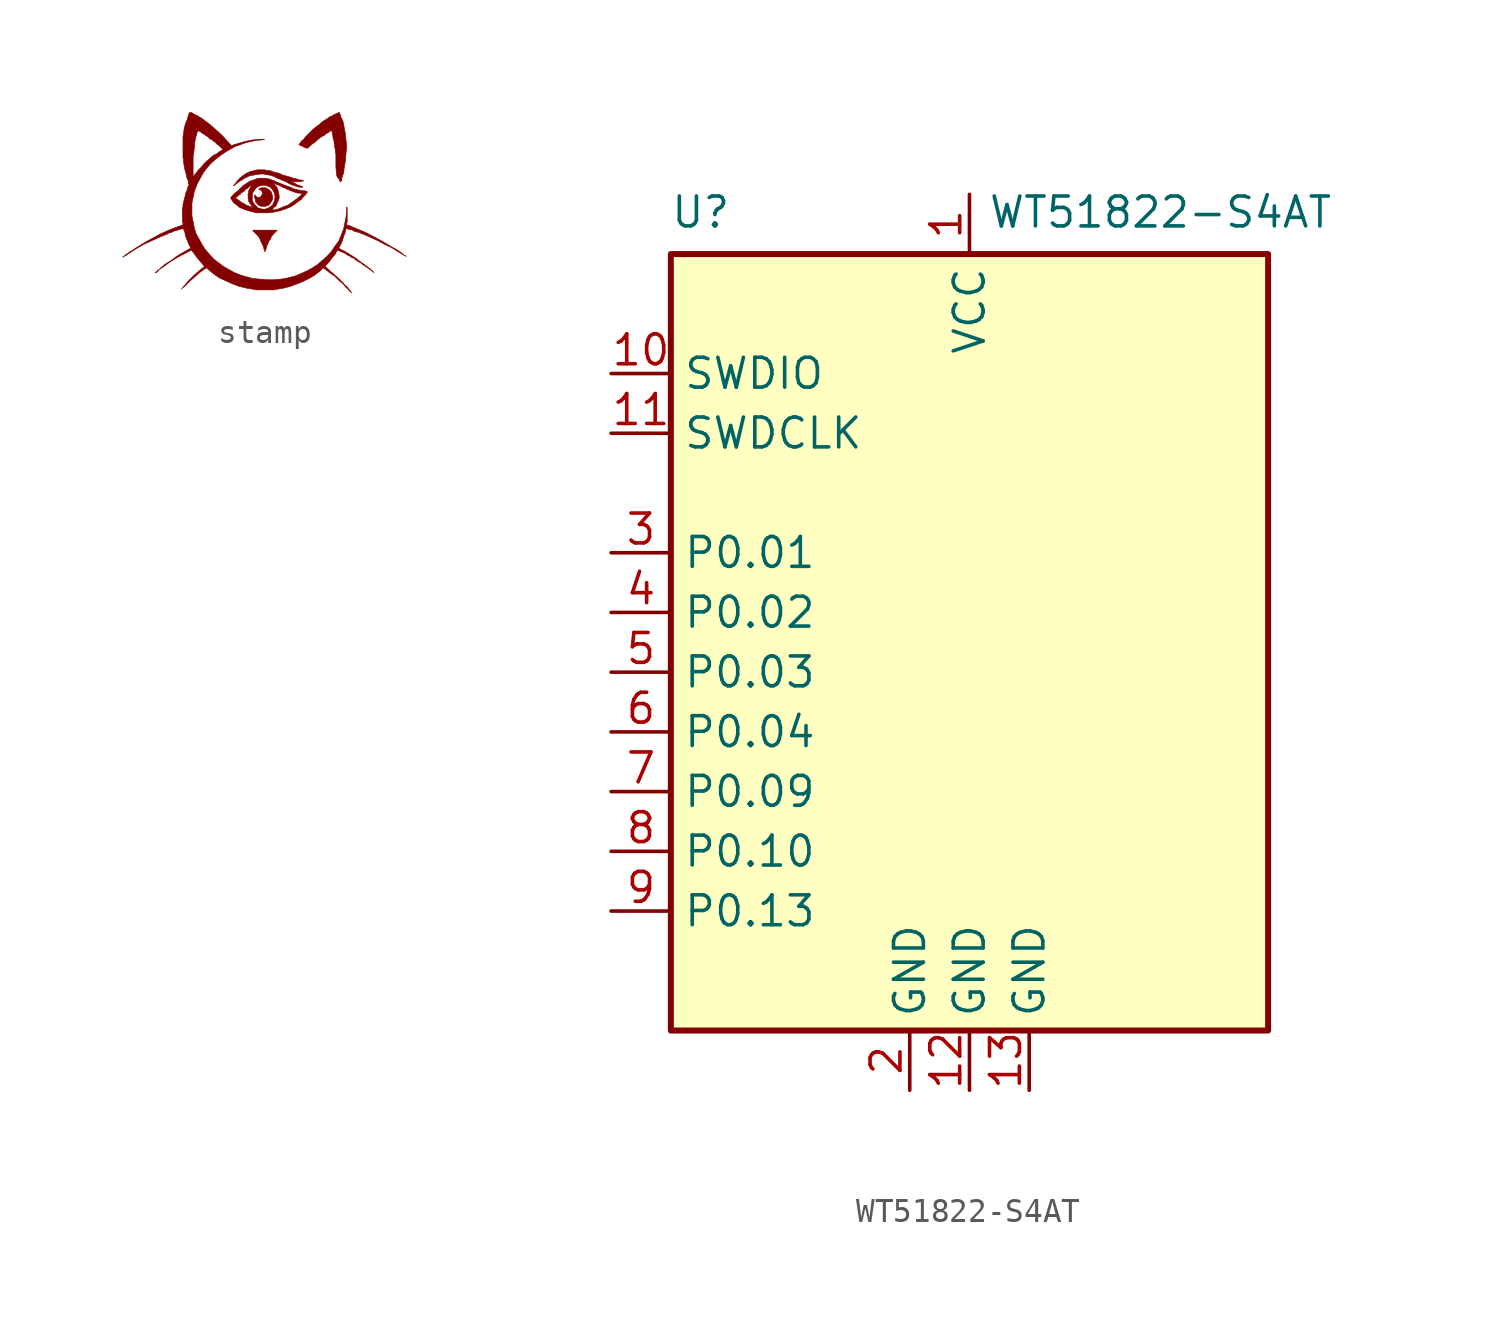
<source format=kicad_sym>
(kicad_symbol_lib
  (version 20231120)
  (generator "kicad_symbol_editor")
  (generator_version "8.0")
  (symbol "stamp"
    (pin_names
      (offset 1.016))
    (property "Reference" "G1"
      (at 0 -3.099 0)
      (effects (font (size 1.524 1.524)) (hide yes)))
    (symbol "stamp_0_0"
      (polyline (pts (xy 0.025 -2.032) (xy 0.025 -1.981) (xy 0.051 -1.956) (xy 0.076 -1.854) (xy 0.102 -1.778) (xy 0.152 -1.676) (xy 0.178 -1.6) (xy 0.229 -1.549) (xy 0.279 -1.422) (xy 0.356 -1.321) (xy 0.533 -1.143) (xy -0.508 -1.143) (xy -0.508 -1.168) (xy -0.279 -1.397) (xy -0.203 -1.524) (xy -0.152 -1.651) (xy -0.076 -1.803) (xy -0.025 -1.981) (xy -0.025 -2.007) (xy 0 -2.057) (xy 0.025 -2.032)) (stroke (width 0.025) (type solid)) (fill (type outline)))
      (polyline (pts (xy 0.102 -0.102) (xy 0.178 -0.076) (xy 0.279 0.076) (xy 0.305 0.102) (xy 0.305 0.127) (xy 0.33 0.152) (xy 0.33 0.33) (xy 0.305 0.381) (xy 0.305 0.406) (xy 0.279 0.432) (xy 0.279 0.483) (xy 0.178 0.584) (xy 0.076 0.635) (xy 0.051 0.66) (xy -0.152 0.66) (xy -0.178 0.635) (xy -0.203 0.635) (xy -0.254 0.61) (xy -0.254 0.584) (xy -0.203 0.584) (xy -0.127 0.508) (xy -0.102 0.457) (xy -0.102 0.381) (xy -0.127 0.356) (xy -0.152 0.305) (xy -0.203 0.254) (xy -0.305 0.254) (xy -0.356 0.279) (xy -0.406 0.33) (xy -0.406 0.356) (xy -0.432 0.356) (xy -0.432 0.229) (xy -0.406 0.178) (xy -0.406 0.076) (xy -0.356 0.025) (xy -0.305 -0.051) (xy -0.229 -0.102) (xy -0.152 -0.127) (xy 0.051 -0.127) (xy 0.102 -0.102)) (stroke (width 0.025) (type solid)) (fill (type outline)))
      (polyline (pts (xy -1.295 0.762) (xy -1.168 0.864) (xy -1.067 0.94) (xy -0.965 0.991) (xy -0.864 1.067) (xy -0.787 1.092) (xy -0.711 1.143) (xy -0.559 1.194) (xy -0.457 1.194) (xy -0.457 1.219) (xy -0.33 1.219) (xy -0.203 1.245) (xy -0.051 1.245) (xy 0.076 1.219) (xy 0.229 1.194) (xy 0.381 1.143) (xy 0.533 1.067) (xy 0.711 0.991) (xy 0.914 0.914) (xy 0.94 0.889) (xy 1.143 0.787) (xy 1.448 0.686) (xy 1.626 0.686) (xy 1.6 0.711) (xy 1.549 0.737) (xy 1.499 0.737) (xy 1.473 0.762) (xy 1.372 0.787) (xy 1.295 0.838) (xy 1.245 0.864) (xy 1.168 0.889) (xy 1.118 0.94) (xy 1.168 0.94) (xy 1.194 0.914) (xy 1.524 0.914) (xy 1.575 0.94) (xy 1.626 0.94) (xy 1.651 0.965) (xy 1.6 0.965) (xy 1.575 0.991) (xy 1.473 0.991) (xy 1.346 1.041) (xy 1.219 1.067) (xy 1.067 1.118) (xy 0.711 1.219) (xy 0.686 1.245) (xy 0.533 1.295) (xy 0.406 1.321) (xy 0.279 1.372) (xy 0.178 1.397) (xy 0.076 1.397) (xy 0 1.422) (xy -0.33 1.422) (xy -0.635 1.346) (xy -0.787 1.27) (xy -0.94 1.168) (xy -1.067 1.067) (xy -1.321 0.762) (xy -1.346 0.737) (xy -1.295 0.762)) (stroke (width 0.025) (type solid)) (fill (type outline)))
      (polyline (pts (xy 3.251 0.94) (xy 3.277 0.991) (xy 3.277 1.067) (xy 3.327 1.219) (xy 3.353 1.27) (xy 3.378 1.499) (xy 3.429 1.803) (xy 3.454 2.108) (xy 3.48 2.388) (xy 3.454 2.692) (xy 3.429 2.946) (xy 3.378 3.226) (xy 3.327 3.48) (xy 3.226 3.708) (xy 3.226 3.734) (xy 3.175 3.835) (xy 3.175 3.861) (xy 3.124 3.861) (xy 3.099 3.835) (xy 3.048 3.81) (xy 2.972 3.785) (xy 2.921 3.759) (xy 2.845 3.708) (xy 2.769 3.683) (xy 2.667 3.607) (xy 2.464 3.48) (xy 2.286 3.327) (xy 2.083 3.175) (xy 1.702 2.794) (xy 1.651 2.718) (xy 1.575 2.667) (xy 1.524 2.591) (xy 1.499 2.565) (xy 1.473 2.515) (xy 1.448 2.489) (xy 1.473 2.489) (xy 1.499 2.464) (xy 1.549 2.438) (xy 1.6 2.438) (xy 1.651 2.388) (xy 1.803 2.337) (xy 1.905 2.413) (xy 2.007 2.515) (xy 2.083 2.565) (xy 2.184 2.642) (xy 2.261 2.718) (xy 2.362 2.794) (xy 2.438 2.845) (xy 2.54 2.896) (xy 2.616 2.972) (xy 2.692 2.997) (xy 2.743 3.048) (xy 2.794 3.073) (xy 2.819 3.099) (xy 2.845 3.099) (xy 2.845 3.073) (xy 2.87 3.023) (xy 2.87 2.946) (xy 2.896 2.896) (xy 2.896 2.819) (xy 2.921 2.718) (xy 2.946 2.642) (xy 2.946 2.565) (xy 2.972 2.489) (xy 2.972 2.388) (xy 2.997 2.286) (xy 2.997 2.184) (xy 3.023 2.083) (xy 3.023 1.575) (xy 3.048 1.219) (xy 3.073 1.143) (xy 3.099 1.092) (xy 3.15 1.041) (xy 3.175 0.991) (xy 3.175 0.965) (xy 3.226 0.914) (xy 3.251 0.94)) (stroke (width 0.025) (type solid)) (fill (type outline)))
      (polyline (pts (xy 0.356 -0.381) (xy 0.61 -0.33) (xy 0.838 -0.254) (xy 1.041 -0.178) (xy 1.143 -0.127) (xy 1.295 -0.025) (xy 1.422 0.076) (xy 1.575 0.178) (xy 1.575 0.203) (xy 1.727 0.356) (xy 1.753 0.406) (xy 1.803 0.457) (xy 1.803 0.508) (xy 1.753 0.508) (xy 1.702 0.533) (xy 1.6 0.533) (xy 1.473 0.559) (xy 1.372 0.584) (xy 1.245 0.61) (xy 1.143 0.66) (xy 1.016 0.711) (xy 0.864 0.762) (xy 0.737 0.813) (xy 0.559 0.889) (xy 0.483 0.914) (xy 0.381 0.965) (xy 0.229 1.016) (xy 0.178 1.041) (xy 0.102 1.041) (xy 0.051 1.067) (xy -0.229 1.067) (xy -0.356 1.041) (xy -0.483 0.991) (xy -0.635 0.94) (xy -0.94 0.737) (xy -1.168 0.508) (xy -1.245 0.457) (xy -1.422 0.279) (xy -1.448 0.229) (xy -1.245 0.229) (xy -1.194 0.279) (xy -1.143 0.305) (xy -1.092 0.356) (xy -1.041 0.381) (xy -1.016 0.432) (xy -0.965 0.457) (xy -0.94 0.483) (xy -0.889 0.508) (xy -0.787 0.61) (xy -0.737 0.635) (xy -0.635 0.737) (xy -0.559 0.762) (xy -0.61 0.686) (xy -0.686 0.533) (xy -0.686 0.457) (xy -0.711 0.406) (xy -0.711 0.203) (xy -0.686 0.152) (xy -0.686 0.127) (xy -0.533 0.127) (xy -0.533 0.33) (xy -0.508 0.457) (xy -0.406 0.61) (xy -0.33 0.686) (xy -0.229 0.737) (xy -0.127 0.762) (xy 0.051 0.762) (xy 0.152 0.711) (xy 0.178 0.711) (xy 0.229 0.686) (xy 0.33 0.584) (xy 0.406 0.432) (xy 0.432 0.33) (xy 0.432 0.229) (xy 0.381 0.025) (xy 0.33 -0.076) (xy 0.254 -0.127) (xy 0.152 -0.203) (xy 0.051 -0.229) (xy 0.025 -0.254) (xy -0.076 -0.254) (xy -0.279 -0.203) (xy -0.432 -0.051) (xy -0.483 0.025) (xy -0.533 0.127) (xy -0.686 0.127) (xy -0.686 0.076) (xy -0.533 -0.152) (xy -0.508 -0.178) (xy -0.533 -0.178) (xy -0.584 -0.152) (xy -0.66 -0.127) (xy -0.711 -0.102) (xy -0.787 -0.076) (xy -0.864 -0.025) (xy -1.016 0.051) (xy -1.067 0.102) (xy -1.118 0.127) (xy -1.168 0.178) (xy -1.219 0.203) (xy -1.245 0.229) (xy -1.448 0.229) (xy -1.448 0.203) (xy -1.422 0.178) (xy -1.397 0.127) (xy -1.372 0.102) (xy -1.346 0.051) (xy -1.321 0.025) (xy -1.067 -0.178) (xy -0.889 -0.254) (xy -0.813 -0.279) (xy 0.305 -0.279) (xy 0.33 -0.254) (xy 0.381 -0.178) (xy 0.457 -0.127) (xy 0.508 -0.051) (xy 0.508 -0.025) (xy 0.559 0.076) (xy 0.61 0.203) (xy 0.61 0.33) (xy 0.559 0.584) (xy 0.508 0.686) (xy 0.432 0.787) (xy 0.381 0.838) (xy 0.381 0.864) (xy 0.533 0.787) (xy 0.61 0.762) (xy 0.711 0.711) (xy 0.787 0.66) (xy 0.838 0.66) (xy 0.914 0.61) (xy 0.991 0.584) (xy 1.092 0.533) (xy 1.118 0.533) (xy 1.219 0.483) (xy 1.245 0.483) (xy 1.397 0.432) (xy 1.473 0.432) (xy 1.6 0.406) (xy 1.499 0.305) (xy 1.346 0.178) (xy 0.991 -0.076) (xy 0.787 -0.152) (xy 0.61 -0.229) (xy 0.432 -0.279) (xy 0.305 -0.279) (xy -0.813 -0.279) (xy -0.737 -0.305) (xy -0.559 -0.356) (xy -0.356 -0.406) (xy 0.127 -0.406) (xy 0.356 -0.381)) (stroke (width 0.025) (type solid)) (fill (type outline)))
      (polyline (pts (xy -3.505 -3.607) (xy -3.378 -3.505) (xy -3.175 -3.302) (xy -2.769 -2.946) (xy -2.591 -2.819) (xy -2.489 -2.743) (xy -2.184 -2.997) (xy -1.93 -3.175) (xy -1.372 -3.429) (xy -1.092 -3.531) (xy -0.787 -3.607) (xy -0.483 -3.658) (xy -0.381 -3.683) (xy 0.381 -3.683) (xy 0.483 -3.658) (xy 0.508 -3.658) (xy 0.813 -3.607) (xy 1.092 -3.531) (xy 1.372 -3.429) (xy 1.626 -3.327) (xy 1.88 -3.2) (xy 2.134 -3.048) (xy 2.362 -2.87) (xy 2.489 -2.743) (xy 2.54 -2.794) (xy 2.565 -2.794) (xy 2.616 -2.845) (xy 2.692 -2.896) (xy 2.743 -2.946) (xy 2.972 -3.099) (xy 3.2 -3.327) (xy 3.277 -3.378) (xy 3.353 -3.454) (xy 3.429 -3.556) (xy 3.48 -3.607) (xy 3.556 -3.658) (xy 3.607 -3.734) (xy 3.658 -3.785) (xy 3.708 -3.81) (xy 3.632 -3.734) (xy 3.632 -3.708) (xy 3.581 -3.658) (xy 3.505 -3.556) (xy 3.404 -3.48) (xy 3.327 -3.378) (xy 3.124 -3.175) (xy 2.997 -3.073) (xy 2.896 -2.972) (xy 2.794 -2.896) (xy 2.718 -2.819) (xy 2.565 -2.692) (xy 2.667 -2.565) (xy 2.718 -2.515) (xy 2.87 -2.311) (xy 3.023 -2.134) (xy 3.023 -2.108) (xy 3.048 -2.057) (xy 3.099 -2.007) (xy 3.15 -2.007) (xy 3.175 -2.032) (xy 3.226 -2.057) (xy 3.302 -2.083) (xy 3.353 -2.108) (xy 3.429 -2.134) (xy 3.48 -2.184) (xy 3.581 -2.235) (xy 3.607 -2.235) (xy 3.658 -2.286) (xy 3.708 -2.311) (xy 3.785 -2.337) (xy 3.861 -2.413) (xy 3.886 -2.413) (xy 3.912 -2.438) (xy 3.937 -2.438) (xy 3.937 -2.464) (xy 4.089 -2.54) (xy 4.14 -2.591) (xy 4.445 -2.794) (xy 4.47 -2.819) (xy 4.547 -2.87) (xy 4.597 -2.921) (xy 4.648 -2.946) (xy 4.572 -2.87) (xy 4.42 -2.743) (xy 4.216 -2.591) (xy 4.039 -2.464) (xy 3.835 -2.311) (xy 3.429 -2.057) (xy 3.226 -1.956) (xy 3.15 -1.905) (xy 3.277 -1.651) (xy 3.353 -1.422) (xy 3.429 -1.219) (xy 3.429 -1.168) (xy 3.454 -1.118) (xy 3.454 -1.067) (xy 3.48 -1.067) (xy 3.581 -1.118) (xy 3.658 -1.118) (xy 3.734 -1.143) (xy 3.81 -1.194) (xy 4.013 -1.245) (xy 4.267 -1.346) (xy 4.826 -1.6) (xy 5.105 -1.753) (xy 5.385 -1.88) (xy 5.664 -2.057) (xy 5.918 -2.21) (xy 6.02 -2.261) (xy 5.994 -2.235) (xy 5.944 -2.21) (xy 5.867 -2.159) (xy 5.817 -2.108) (xy 5.588 -1.956) (xy 5.486 -1.905) (xy 4.877 -1.549) (xy 4.547 -1.372) (xy 4.242 -1.219) (xy 3.632 -0.965) (xy 3.581 -0.94) (xy 3.531 -0.94) (xy 3.505 -0.914) (xy 3.48 -0.914) (xy 3.48 -0.864) (xy 3.505 -0.813) (xy 3.505 -0.178) (xy 3.48 -0.152) (xy 3.48 -0.305) (xy 3.454 -0.584) (xy 3.353 -1.092) (xy 3.15 -1.6) (xy 2.997 -1.803) (xy 2.845 -2.032) (xy 2.667 -2.235) (xy 2.261 -2.591) (xy 2.032 -2.743) (xy 1.803 -2.87) (xy 1.524 -2.997) (xy 1.27 -3.099) (xy 0.965 -3.175) (xy 0.686 -3.226) (xy 0.406 -3.251) (xy 0.102 -3.251) (xy -0.508 -3.2) (xy -0.787 -3.124) (xy -1.041 -3.048) (xy -1.295 -2.946) (xy -1.753 -2.692) (xy -1.981 -2.515) (xy -2.184 -2.362) (xy -2.54 -1.956) (xy -2.667 -1.753) (xy -2.921 -1.295) (xy -2.997 -1.041) (xy -3.099 -0.533) (xy -3.099 0) (xy -2.997 0.508) (xy -2.896 0.762) (xy -2.87 0.838) (xy -2.616 1.295) (xy -2.464 1.499) (xy -2.286 1.702) (xy -2.083 1.88) (xy -1.854 2.057) (xy -1.626 2.21) (xy -1.397 2.337) (xy -1.27 2.413) (xy -1.041 2.489) (xy -0.838 2.565) (xy -0.635 2.616) (xy -0.406 2.667) (xy -0.152 2.692) (xy 0 2.718) (xy -0.254 2.718) (xy -0.533 2.692) (xy -0.787 2.642) (xy -1.067 2.565) (xy -1.321 2.489) (xy -1.422 2.438) (xy -1.448 2.489) (xy -1.549 2.591) (xy -1.727 2.794) (xy -1.93 2.997) (xy -2.337 3.353) (xy -2.743 3.658) (xy -2.819 3.683) (xy -2.87 3.734) (xy -2.946 3.759) (xy -2.997 3.785) (xy -3.073 3.835) (xy -3.124 3.861) (xy -3.2 3.861) (xy -3.226 3.81) (xy -3.277 3.658) (xy -3.302 3.556) (xy -3.378 3.378) (xy -3.429 3.175) (xy -3.48 2.819) (xy -3.48 1.93) (xy -3.454 1.854) (xy -3.454 1.727) (xy -3.404 1.448) (xy -3.327 1.168) (xy -3.327 1.118) (xy -3.048 1.118) (xy -3.048 2.007) (xy -3.023 2.108) (xy -2.972 2.616) (xy -2.921 2.87) (xy -2.896 2.896) (xy -2.896 2.972) (xy -2.87 3.023) (xy -2.87 3.048) (xy -2.845 3.073) (xy -2.794 3.073) (xy -2.743 3.048) (xy -2.692 2.997) (xy -2.642 2.972) (xy -2.413 2.819) (xy -2.337 2.743) (xy -2.286 2.718) (xy -2.261 2.718) (xy -2.184 2.642) (xy -2.134 2.616) (xy -2.032 2.515) (xy -1.956 2.464) (xy -1.778 2.286) (xy -1.803 2.261) (xy -1.829 2.261) (xy -1.854 2.235) (xy -1.956 2.184) (xy -2.032 2.108) (xy -2.159 2.057) (xy -2.261 1.981) (xy -2.337 1.905) (xy -2.464 1.803) (xy -2.591 1.676) (xy -2.692 1.549) (xy -2.819 1.422) (xy -2.921 1.295) (xy -2.997 1.194) (xy -3.023 1.143) (xy -3.023 1.118) (xy -3.048 1.118) (xy -3.327 1.118) (xy -3.251 0.94) (xy -3.251 0.838) (xy -3.226 0.813) (xy -3.226 0.762) (xy -3.251 0.737) (xy -3.277 0.686) (xy -3.277 0.635) (xy -3.353 0.457) (xy -3.454 0.051) (xy -3.454 0.025) (xy -3.48 -0.025) (xy -3.48 -0.152) (xy -3.505 -0.203) (xy -3.505 -0.787) (xy -3.48 -0.838) (xy -3.48 -0.914) (xy -3.607 -0.965) (xy -3.759 -1.016) (xy -4.089 -1.143) (xy -4.42 -1.295) (xy -5.08 -1.651) (xy -5.41 -1.854) (xy -5.715 -2.057) (xy -5.74 -2.057) (xy -5.791 -2.108) (xy -5.867 -2.159) (xy -5.918 -2.184) (xy -5.969 -2.235) (xy -6.02 -2.261) (xy -6.045 -2.286) (xy -6.02 -2.286) (xy -5.994 -2.261) (xy -5.893 -2.21) (xy -5.664 -2.057) (xy -5.385 -1.88) (xy -5.105 -1.727) (xy -4.547 -1.473) (xy -4.242 -1.346) (xy -4.166 -1.321) (xy -4.089 -1.27) (xy -3.988 -1.245) (xy -3.886 -1.194) (xy -3.81 -1.168) (xy -3.708 -1.143) (xy -3.556 -1.092) (xy -3.505 -1.092) (xy -3.48 -1.067) (xy -3.454 -1.067) (xy -3.454 -1.118) (xy -3.404 -1.219) (xy -3.378 -1.372) (xy -3.302 -1.575) (xy -3.226 -1.753) (xy -3.15 -1.905) (xy -3.505 -2.108) (xy -3.759 -2.261) (xy -3.988 -2.438) (xy -4.242 -2.591) (xy -4.445 -2.769) (xy -4.47 -2.794) (xy -4.547 -2.845) (xy -4.674 -2.972) (xy -4.572 -2.921) (xy -4.521 -2.845) (xy -4.267 -2.667) (xy -3.988 -2.464) (xy -3.683 -2.286) (xy -3.632 -2.261) (xy -3.556 -2.21) (xy -3.48 -2.184) (xy -3.404 -2.134) (xy -3.327 -2.108) (xy -3.277 -2.057) (xy -3.2 -2.032) (xy -3.15 -2.007) (xy -3.099 -2.007) (xy -3.099 -2.032) (xy -3.023 -2.108) (xy -2.921 -2.261) (xy -2.667 -2.565) (xy -2.565 -2.692) (xy -2.667 -2.769) (xy -2.794 -2.87) (xy -3.023 -3.073) (xy -3.251 -3.302) (xy -3.556 -3.658) (xy -3.505 -3.607)) (stroke (width 0.025) (type solid)) (fill (type outline)))))
  (symbol "WT51822-S4AT"
    (property "Reference" "U"
      (at -11.43 18.288 0)
      (effects (font (size 1.27 1.27))))
    (property "Value" "WT51822-S4AT"
      (at 8.128 18.288 0)
      (effects (font (size 1.27 1.27))))
    (symbol "WT51822-S4AT_0_1"
      (rectangle (start -12.7 16.51) (end 12.7 -16.51) (stroke (width 0.254) (type default)) (fill (type background))))
    (symbol "WT51822-S4AT_1_1"
      (pin power_in line (at 0 19.05 270) (length 2.54) (name "VCC" (effects (font (size 1.27 1.27)))) (number "1" (effects (font (size 1.27 1.27)))))
      (pin bidirectional line (at -15.24 11.43 0) (length 2.54) (name "SWDIO" (effects (font (size 1.27 1.27)))) (number "10" (effects (font (size 1.27 1.27)))))
      (pin input line (at -15.24 8.89 0) (length 2.54) (name "SWDCLK" (effects (font (size 1.27 1.27)))) (number "11" (effects (font (size 1.27 1.27)))))
      (pin power_in line (at 0 -19.05 90) (length 2.54) (name "GND" (effects (font (size 1.27 1.27)))) (number "12" (effects (font (size 1.27 1.27)))))
      (pin power_in line (at 2.54 -19.05 90) (length 2.54) (name "GND" (effects (font (size 1.27 1.27)))) (number "13" (effects (font (size 1.27 1.27)))))
      (pin power_in line (at -2.54 -19.05 90) (length 2.54) (name "GND" (effects (font (size 1.27 1.27)))) (number "2" (effects (font (size 1.27 1.27)))))
      (pin bidirectional line (at -15.24 3.81 0) (length 2.54) (name "P0.01" (effects (font (size 1.27 1.27)))) (number "3" (effects (font (size 1.27 1.27)))))
      (pin bidirectional line (at -15.24 1.27 0) (length 2.54) (name "P0.02" (effects (font (size 1.27 1.27)))) (number "4" (effects (font (size 1.27 1.27)))))
      (pin bidirectional line (at -15.24 -1.27 0) (length 2.54) (name "P0.03" (effects (font (size 1.27 1.27)))) (number "5" (effects (font (size 1.27 1.27)))))
      (pin bidirectional line (at -15.24 -3.81 0) (length 2.54) (name "P0.04" (effects (font (size 1.27 1.27)))) (number "6" (effects (font (size 1.27 1.27)))))
      (pin bidirectional line (at -15.24 -6.35 0) (length 2.54) (name "P0.09" (effects (font (size 1.27 1.27)))) (number "7" (effects (font (size 1.27 1.27)))))
      (pin bidirectional line (at -15.24 -8.89 0) (length 2.54) (name "P0.10" (effects (font (size 1.27 1.27)))) (number "8" (effects (font (size 1.27 1.27)))))
      (pin bidirectional line (at -15.24 -11.43 0) (length 2.54) (name "P0.13" (effects (font (size 1.27 1.27)))) (number "9" (effects (font (size 1.27 1.27))))))))
</source>
